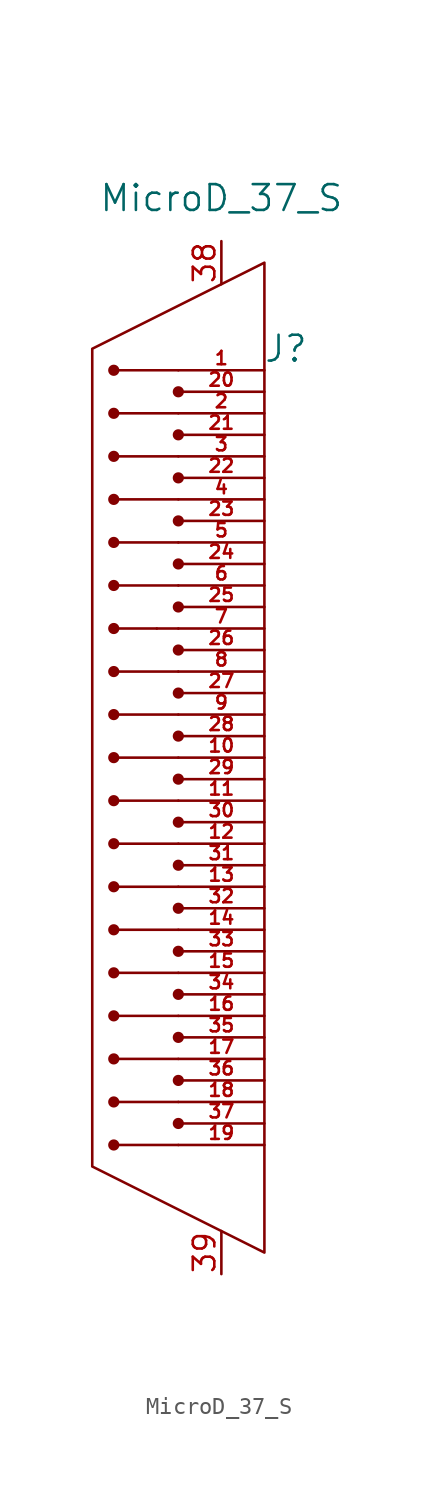
<source format=kicad_sym>
(kicad_symbol_lib
  (version 20211014)
  (generator kicad_symbol_editor)
  (symbol "MicroD_37_S"
    (pin_names
      (offset 0.254) hide)
    (property "Reference" "J"
      (at 10.16 46.99 0)
      (effects (font (size 1.524 1.524))))
    (property "Value" "MicroD_37_S"
      (at 6.35 55.88 0)
      (effects (font (size 1.524 1.524))))
    (property "Datasheet" ""
      (at 0 0 0)
      (effects (font (size 1.524 1.524))))
    (property "ki_locked" ""
      (at 0 0 0)
      (effects (font (size 1.27 1.27))))
    (symbol "MicroD_37_S_1_1"
      (polyline (pts (xy 2.54 30.48) (xy 0 30.48)) (stroke (width 0) (type default) (color 0 0 0 0)) (fill (type none)))
      (polyline (pts (xy 2.54 30.48) (xy 3.81 30.48)) (stroke (width 0) (type default) (color 0 0 0 0)) (fill (type none)))
      (polyline (pts (xy 3.81 0) (xy 0 0)) (stroke (width 0) (type default) (color 0 0 0 0)) (fill (type none)))
      (polyline (pts (xy 3.81 2.54) (xy 0 2.54)) (stroke (width 0) (type default) (color 0 0 0 0)) (fill (type none)))
      (polyline (pts (xy 3.81 5.08) (xy 0 5.08)) (stroke (width 0) (type default) (color 0 0 0 0)) (fill (type none)))
      (polyline (pts (xy 3.81 7.62) (xy 0 7.62)) (stroke (width 0) (type default) (color 0 0 0 0)) (fill (type none)))
      (polyline (pts (xy 3.81 10.16) (xy 0 10.16)) (stroke (width 0) (type default) (color 0 0 0 0)) (fill (type none)))
      (polyline (pts (xy 3.81 12.7) (xy 0 12.7)) (stroke (width 0) (type default) (color 0 0 0 0)) (fill (type none)))
      (polyline (pts (xy 3.81 15.24) (xy 0 15.24)) (stroke (width 0) (type default) (color 0 0 0 0)) (fill (type none)))
      (polyline (pts (xy 3.81 17.78) (xy 0 17.78)) (stroke (width 0) (type default) (color 0 0 0 0)) (fill (type none)))
      (polyline (pts (xy 3.81 20.32) (xy 0 20.32)) (stroke (width 0) (type default) (color 0 0 0 0)) (fill (type none)))
      (polyline (pts (xy 3.81 22.86) (xy 0 22.86)) (stroke (width 0) (type default) (color 0 0 0 0)) (fill (type none)))
      (polyline (pts (xy 3.81 25.4) (xy 0 25.4)) (stroke (width 0) (type default) (color 0 0 0 0)) (fill (type none)))
      (polyline (pts (xy 3.81 27.94) (xy 0 27.94)) (stroke (width 0) (type default) (color 0 0 0 0)) (fill (type none)))
      (polyline (pts (xy 3.81 33.02) (xy 0 33.02)) (stroke (width 0) (type default) (color 0 0 0 0)) (fill (type none)))
      (polyline (pts (xy 3.81 35.56) (xy 0 35.56)) (stroke (width 0) (type default) (color 0 0 0 0)) (fill (type none)))
      (polyline (pts (xy 3.81 38.1) (xy 0 38.1)) (stroke (width 0) (type default) (color 0 0 0 0)) (fill (type none)))
      (polyline (pts (xy 3.81 40.64) (xy 0 40.64)) (stroke (width 0) (type default) (color 0 0 0 0)) (fill (type none)))
      (polyline (pts (xy 3.81 43.18) (xy 0 43.18)) (stroke (width 0) (type default) (color 0 0 0 0)) (fill (type none)))
      (polyline (pts (xy 3.81 45.72) (xy 0 45.72)) (stroke (width 0) (type default) (color 0 0 0 0)) (fill (type none)))
      (polyline (pts (xy 8.89 52.07) (xy -1.27 46.99) (xy -1.27 -1.27) (xy 8.89 -6.35) (xy 8.89 52.07)) (stroke (width 0) (type default) (color 0 0 0 0)) (fill (type none)))
      (circle (center 0 0) (radius 0.254) (stroke (width 0) (type default) (color 0 0 0 0)) (fill (type outline)))
      (circle (center 0 2.54) (radius 0.254) (stroke (width 0) (type default) (color 0 0 0 0)) (fill (type outline)))
      (circle (center 0 5.08) (radius 0.254) (stroke (width 0) (type default) (color 0 0 0 0)) (fill (type outline)))
      (circle (center 0 7.62) (radius 0.254) (stroke (width 0) (type default) (color 0 0 0 0)) (fill (type outline)))
      (circle (center 0 10.16) (radius 0.254) (stroke (width 0) (type default) (color 0 0 0 0)) (fill (type outline)))
      (circle (center 0 12.7) (radius 0.254) (stroke (width 0) (type default) (color 0 0 0 0)) (fill (type outline)))
      (circle (center 0 15.24) (radius 0.254) (stroke (width 0) (type default) (color 0 0 0 0)) (fill (type outline)))
      (circle (center 0 17.78) (radius 0.254) (stroke (width 0) (type default) (color 0 0 0 0)) (fill (type outline)))
      (circle (center 0 20.32) (radius 0.254) (stroke (width 0) (type default) (color 0 0 0 0)) (fill (type outline)))
      (circle (center 0 22.86) (radius 0.254) (stroke (width 0) (type default) (color 0 0 0 0)) (fill (type outline)))
      (circle (center 0 25.4) (radius 0.254) (stroke (width 0) (type default) (color 0 0 0 0)) (fill (type outline)))
      (circle (center 0 27.94) (radius 0.254) (stroke (width 0) (type default) (color 0 0 0 0)) (fill (type outline)))
      (circle (center 0 30.48) (radius 0.254) (stroke (width 0) (type default) (color 0 0 0 0)) (fill (type outline)))
      (circle (center 0 33.02) (radius 0.254) (stroke (width 0) (type default) (color 0 0 0 0)) (fill (type outline)))
      (circle (center 0 35.56) (radius 0.254) (stroke (width 0) (type default) (color 0 0 0 0)) (fill (type outline)))
      (circle (center 0 38.1) (radius 0.254) (stroke (width 0) (type default) (color 0 0 0 0)) (fill (type outline)))
      (circle (center 0 40.64) (radius 0.254) (stroke (width 0) (type default) (color 0 0 0 0)) (fill (type outline)))
      (circle (center 0 43.18) (radius 0.254) (stroke (width 0) (type default) (color 0 0 0 0)) (fill (type outline)))
      (circle (center 0 45.72) (radius 0.254) (stroke (width 0) (type default) (color 0 0 0 0)) (fill (type outline)))
      (circle (center 3.81 1.27) (radius 0.254) (stroke (width 0) (type default) (color 0 0 0 0)) (fill (type outline)))
      (circle (center 3.81 3.81) (radius 0.254) (stroke (width 0) (type default) (color 0 0 0 0)) (fill (type outline)))
      (circle (center 3.81 6.35) (radius 0.254) (stroke (width 0) (type default) (color 0 0 0 0)) (fill (type outline)))
      (circle (center 3.81 8.89) (radius 0.254) (stroke (width 0) (type default) (color 0 0 0 0)) (fill (type outline)))
      (circle (center 3.81 11.43) (radius 0.254) (stroke (width 0) (type default) (color 0 0 0 0)) (fill (type outline)))
      (circle (center 3.81 13.97) (radius 0.254) (stroke (width 0) (type default) (color 0 0 0 0)) (fill (type outline)))
      (circle (center 3.81 16.51) (radius 0.254) (stroke (width 0) (type default) (color 0 0 0 0)) (fill (type outline)))
      (circle (center 3.81 19.05) (radius 0.254) (stroke (width 0) (type default) (color 0 0 0 0)) (fill (type outline)))
      (circle (center 3.81 21.59) (radius 0.254) (stroke (width 0) (type default) (color 0 0 0 0)) (fill (type outline)))
      (circle (center 3.81 24.13) (radius 0.254) (stroke (width 0) (type default) (color 0 0 0 0)) (fill (type outline)))
      (circle (center 3.81 26.67) (radius 0.254) (stroke (width 0) (type default) (color 0 0 0 0)) (fill (type outline)))
      (circle (center 3.81 29.21) (radius 0.254) (stroke (width 0) (type default) (color 0 0 0 0)) (fill (type outline)))
      (circle (center 3.81 31.75) (radius 0.254) (stroke (width 0) (type default) (color 0 0 0 0)) (fill (type outline)))
      (circle (center 3.81 34.29) (radius 0.254) (stroke (width 0) (type default) (color 0 0 0 0)) (fill (type outline)))
      (circle (center 3.81 36.83) (radius 0.254) (stroke (width 0) (type default) (color 0 0 0 0)) (fill (type outline)))
      (circle (center 3.81 39.37) (radius 0.254) (stroke (width 0) (type default) (color 0 0 0 0)) (fill (type outline)))
      (circle (center 3.81 41.91) (radius 0.254) (stroke (width 0) (type default) (color 0 0 0 0)) (fill (type outline)))
      (circle (center 3.81 44.45) (radius 0.254) (stroke (width 0) (type default) (color 0 0 0 0)) (fill (type outline)))
      (pin passive line (at 8.89 45.72 180) (length 5.08) (name "1" (effects (font (size 1.499 1.499)))) (number "1" (effects (font (size 0.787 0.787)))))
      (pin passive line (at 8.89 22.86 180) (length 5.08) (name "10" (effects (font (size 1.499 1.499)))) (number "10" (effects (font (size 0.787 0.787)))))
      (pin passive line (at 8.89 20.32 180) (length 5.08) (name "11" (effects (font (size 1.499 1.499)))) (number "11" (effects (font (size 0.787 0.787)))))
      (pin passive line (at 8.89 17.78 180) (length 5.08) (name "12" (effects (font (size 1.499 1.499)))) (number "12" (effects (font (size 0.787 0.787)))))
      (pin passive line (at 8.89 15.24 180) (length 5.08) (name "13" (effects (font (size 1.499 1.499)))) (number "13" (effects (font (size 0.787 0.787)))))
      (pin passive line (at 8.89 12.7 180) (length 5.08) (name "14" (effects (font (size 1.499 1.499)))) (number "14" (effects (font (size 0.787 0.787)))))
      (pin passive line (at 8.89 10.16 180) (length 5.08) (name "15" (effects (font (size 1.499 1.499)))) (number "15" (effects (font (size 0.787 0.787)))))
      (pin passive line (at 8.89 7.62 180) (length 5.08) (name "16" (effects (font (size 1.499 1.499)))) (number "16" (effects (font (size 0.787 0.787)))))
      (pin passive line (at 8.89 5.08 180) (length 5.08) (name "17" (effects (font (size 1.499 1.499)))) (number "17" (effects (font (size 0.787 0.787)))))
      (pin passive line (at 8.89 2.54 180) (length 5.08) (name "18" (effects (font (size 1.499 1.499)))) (number "18" (effects (font (size 0.787 0.787)))))
      (pin passive line (at 8.89 0 180) (length 5.08) (name "19" (effects (font (size 1.499 1.499)))) (number "19" (effects (font (size 0.787 0.787)))))
      (pin passive line (at 8.89 43.18 180) (length 5.08) (name "2" (effects (font (size 1.499 1.499)))) (number "2" (effects (font (size 0.787 0.787)))))
      (pin passive line (at 8.89 44.45 180) (length 5.08) (name "20" (effects (font (size 1.499 1.499)))) (number "20" (effects (font (size 0.787 0.787)))))
      (pin passive line (at 8.89 41.91 180) (length 5.08) (name "21" (effects (font (size 1.499 1.499)))) (number "21" (effects (font (size 0.787 0.787)))))
      (pin passive line (at 8.89 39.37 180) (length 5.08) (name "22" (effects (font (size 1.499 1.499)))) (number "22" (effects (font (size 0.787 0.787)))))
      (pin passive line (at 8.89 36.83 180) (length 5.08) (name "23" (effects (font (size 1.499 1.499)))) (number "23" (effects (font (size 0.787 0.787)))))
      (pin passive line (at 8.89 34.29 180) (length 5.08) (name "24" (effects (font (size 1.499 1.499)))) (number "24" (effects (font (size 0.787 0.787)))))
      (pin passive line (at 8.89 31.75 180) (length 5.08) (name "25" (effects (font (size 1.499 1.499)))) (number "25" (effects (font (size 0.787 0.787)))))
      (pin passive line (at 8.89 29.21 180) (length 5.08) (name "26" (effects (font (size 1.499 1.499)))) (number "26" (effects (font (size 0.787 0.787)))))
      (pin passive line (at 8.89 26.67 180) (length 5.08) (name "27" (effects (font (size 1.499 1.499)))) (number "27" (effects (font (size 0.787 0.787)))))
      (pin passive line (at 8.89 24.13 180) (length 5.08) (name "28" (effects (font (size 1.499 1.499)))) (number "28" (effects (font (size 0.787 0.787)))))
      (pin passive line (at 8.89 21.59 180) (length 5.08) (name "29" (effects (font (size 1.499 1.499)))) (number "29" (effects (font (size 0.787 0.787)))))
      (pin passive line (at 8.89 40.64 180) (length 5.08) (name "3" (effects (font (size 1.499 1.499)))) (number "3" (effects (font (size 0.787 0.787)))))
      (pin passive line (at 8.89 19.05 180) (length 5.08) (name "30" (effects (font (size 1.499 1.499)))) (number "30" (effects (font (size 0.787 0.787)))))
      (pin passive line (at 8.89 16.51 180) (length 5.08) (name "31" (effects (font (size 1.499 1.499)))) (number "31" (effects (font (size 0.787 0.787)))))
      (pin passive line (at 8.89 13.97 180) (length 5.08) (name "32" (effects (font (size 1.499 1.499)))) (number "32" (effects (font (size 0.787 0.787)))))
      (pin passive line (at 8.89 11.43 180) (length 5.08) (name "33" (effects (font (size 1.499 1.499)))) (number "33" (effects (font (size 0.787 0.787)))))
      (pin passive line (at 8.89 8.89 180) (length 5.08) (name "34" (effects (font (size 1.499 1.499)))) (number "34" (effects (font (size 0.787 0.787)))))
      (pin passive line (at 8.89 6.35 180) (length 5.08) (name "35" (effects (font (size 1.499 1.499)))) (number "35" (effects (font (size 0.787 0.787)))))
      (pin passive line (at 8.89 3.81 180) (length 5.08) (name "36" (effects (font (size 1.499 1.499)))) (number "36" (effects (font (size 0.787 0.787)))))
      (pin passive line (at 8.89 1.27 180) (length 5.08) (name "37" (effects (font (size 1.499 1.499)))) (number "37" (effects (font (size 0.787 0.787)))))
      (pin passive line (at 6.35 53.34 270) (length 2.54) (name "38" (effects (font (size 1.27 1.27)))) (number "38" (effects (font (size 1.27 1.27)))))
      (pin passive line (at 6.35 -7.62 90) (length 2.54) (name "39" (effects (font (size 1.27 1.27)))) (number "39" (effects (font (size 1.27 1.27)))))
      (pin passive line (at 8.89 38.1 180) (length 5.08) (name "4" (effects (font (size 1.499 1.499)))) (number "4" (effects (font (size 0.787 0.787)))))
      (pin passive line (at 8.89 35.56 180) (length 5.08) (name "5" (effects (font (size 1.499 1.499)))) (number "5" (effects (font (size 0.787 0.787)))))
      (pin passive line (at 8.89 33.02 180) (length 5.08) (name "6" (effects (font (size 1.499 1.499)))) (number "6" (effects (font (size 0.787 0.787)))))
      (pin passive line (at 8.89 30.48 180) (length 5.08) (name "7" (effects (font (size 1.499 1.499)))) (number "7" (effects (font (size 0.787 0.787)))))
      (pin passive line (at 8.89 27.94 180) (length 5.08) (name "8" (effects (font (size 1.499 1.499)))) (number "8" (effects (font (size 0.787 0.787)))))
      (pin passive line (at 8.89 25.4 180) (length 5.08) (name "9" (effects (font (size 1.499 1.499)))) (number "9" (effects (font (size 0.787 0.787))))))))
</source>
